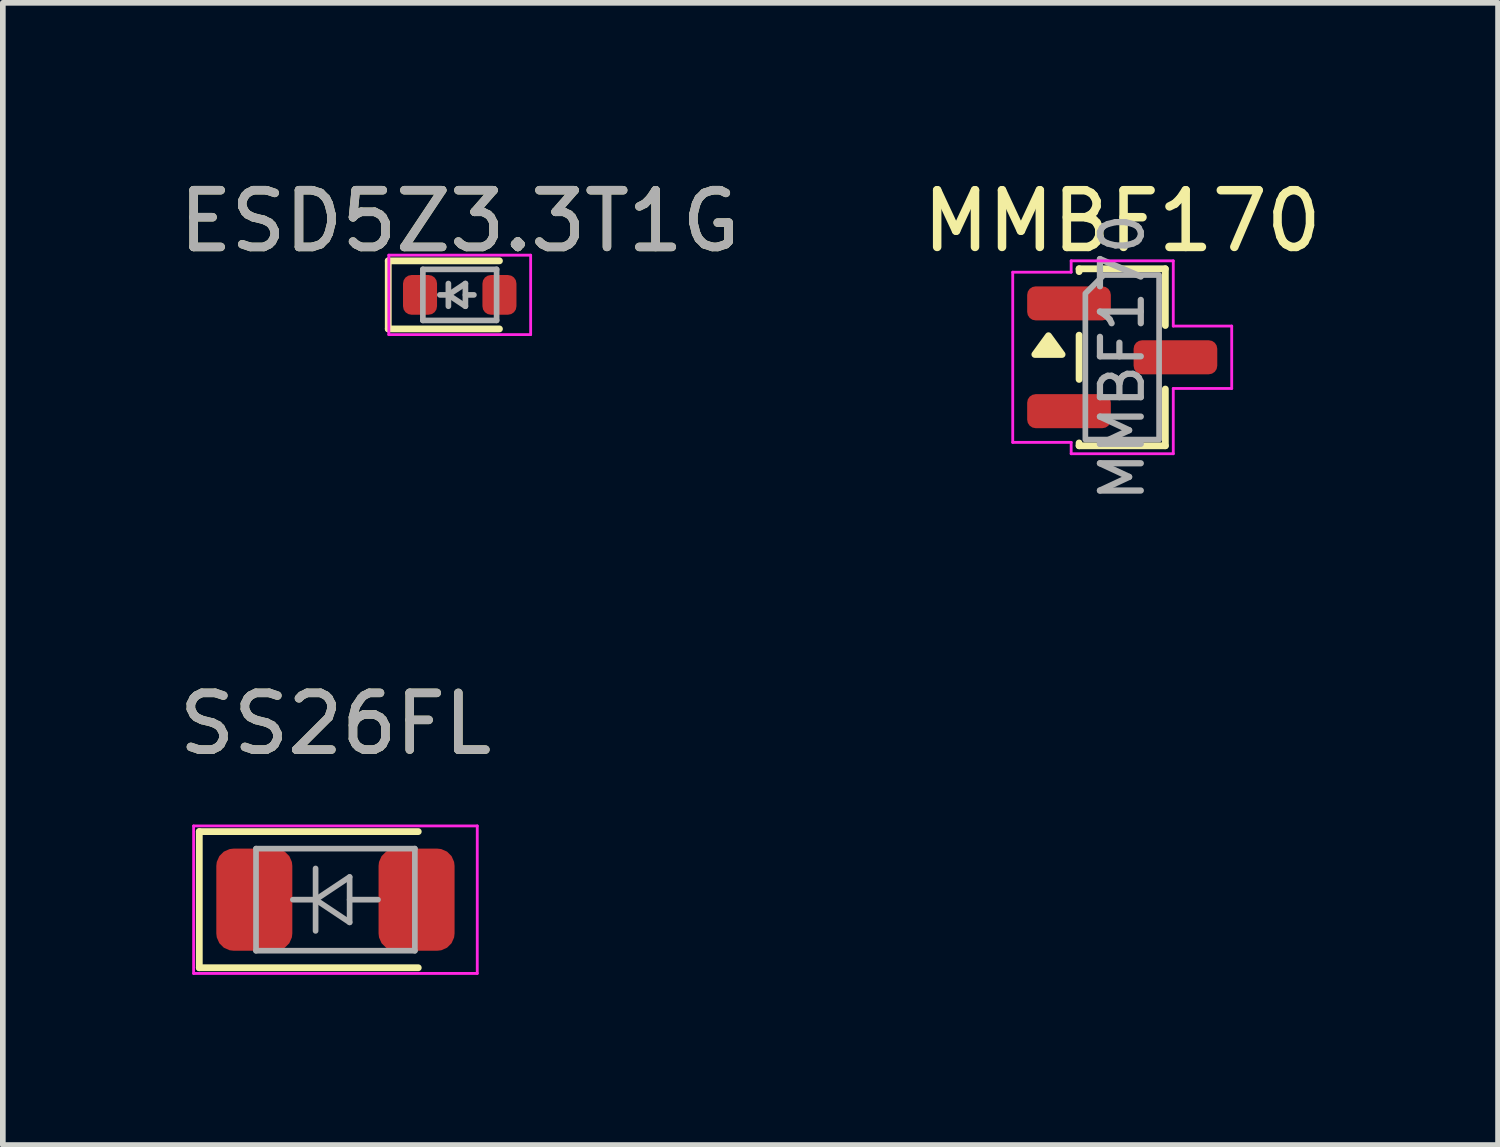
<source format=kicad_pcb>
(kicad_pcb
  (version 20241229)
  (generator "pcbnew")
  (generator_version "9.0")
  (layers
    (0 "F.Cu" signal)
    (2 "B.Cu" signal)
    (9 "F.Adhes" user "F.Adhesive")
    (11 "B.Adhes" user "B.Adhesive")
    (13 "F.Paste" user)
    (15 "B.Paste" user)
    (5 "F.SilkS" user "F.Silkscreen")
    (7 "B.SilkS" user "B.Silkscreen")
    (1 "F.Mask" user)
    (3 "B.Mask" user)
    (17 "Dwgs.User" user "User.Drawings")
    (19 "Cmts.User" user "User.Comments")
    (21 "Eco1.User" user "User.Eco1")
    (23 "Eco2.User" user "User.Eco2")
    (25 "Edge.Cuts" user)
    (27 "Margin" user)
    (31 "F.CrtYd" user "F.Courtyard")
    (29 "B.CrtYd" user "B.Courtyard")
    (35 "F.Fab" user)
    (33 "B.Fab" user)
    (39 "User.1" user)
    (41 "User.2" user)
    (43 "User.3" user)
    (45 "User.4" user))
  (footprint "ESD5Z3.3T1G"
    (layer "F.Cu")
    (at 5.054 2.148)
    (property "Reference" "ESD5Z3.3T1G" (at 0 -1.3 0) (layer "F.SilkS") (effects (font (size 1 1) (thickness 0.15))))
    (attr smd)
    (fp_line (start -1.26 -0.6) (end -1.26 0.6) (stroke (width 0.12) (type solid)) (layer "F.SilkS"))
    (fp_line (start 0.7 -0.6) (end -1.26 -0.6) (stroke (width 0.12) (type solid)) (layer "F.SilkS"))
    (fp_line (start 0.7 0.6) (end -1.26 0.6) (stroke (width 0.12) (type solid)) (layer "F.SilkS"))
    (fp_line (start -1.25 -0.7) (end 1.25 -0.7) (stroke (width 0.05) (type solid)) (layer "F.CrtYd"))
    (fp_line (start -1.25 0.7) (end -1.25 -0.7) (stroke (width 0.05) (type solid)) (layer "F.CrtYd"))
    (fp_line (start 1.25 -0.7) (end 1.25 0.7) (stroke (width 0.05) (type solid)) (layer "F.CrtYd"))
    (fp_line (start 1.25 0.7) (end -1.25 0.7) (stroke (width 0.05) (type solid)) (layer "F.CrtYd"))
    (fp_line (start -0.65 -0.45) (end 0.65 -0.45) (stroke (width 0.1) (type solid)) (layer "F.Fab"))
    (fp_line (start -0.65 0.45) (end -0.65 -0.45) (stroke (width 0.1) (type solid)) (layer "F.Fab"))
    (fp_line (start -0.2 0) (end -0.35 0) (stroke (width 0.1) (type solid)) (layer "F.Fab"))
    (fp_line (start -0.2 0) (end 0.1 0.2) (stroke (width 0.1) (type solid)) (layer "F.Fab"))
    (fp_line (start -0.2 0.2) (end -0.2 -0.2) (stroke (width 0.1) (type solid)) (layer "F.Fab"))
    (fp_line (start 0.1 -0.2) (end -0.2 0) (stroke (width 0.1) (type solid)) (layer "F.Fab"))
    (fp_line (start 0.1 0) (end 0.25 0) (stroke (width 0.1) (type solid)) (layer "F.Fab"))
    (fp_line (start 0.1 0.2) (end 0.1 -0.2) (stroke (width 0.1) (type solid)) (layer "F.Fab"))
    (fp_line (start 0.65 -0.45) (end 0.65 0.45) (stroke (width 0.1) (type solid)) (layer "F.Fab"))
    (fp_line (start 0.65 0.45) (end -0.65 0.45) (stroke (width 0.1) (type solid)) (layer "F.Fab"))
    (fp_text user "${REFERENCE}" (at 0 -1.3 0) (layer "F.Fab") (effects (font (size 1 1) (thickness 0.15))))
    (pad "1" smd roundrect (at -0.7 0 180) (size 0.6 0.7) (layers "F.Cu" "F.Mask" "F.Paste") (roundrect_rratio 0.25))
    (pad "2" smd roundrect (at 0.7 0 180) (size 0.6 0.7) (layers "F.Cu" "F.Mask" "F.Paste") (roundrect_rratio 0.25)))
  (footprint "MMBF170"
    (layer "F.Cu")
    (at 16.732 3.248)
    (property "Reference" "MMBF170" (at 0 -2.4 0) (layer "F.SilkS") (effects (font (size 1 1) (thickness 0.15))))
    (attr smd)
    (fp_line (start -0.76 -1.56) (end 0.76 -1.56) (stroke (width 0.12) (type solid)) (layer "F.SilkS"))
    (fp_line (start -0.76 -1.51) (end -0.76 -1.56) (stroke (width 0.12) (type solid)) (layer "F.SilkS"))
    (fp_line (start -0.76 0.39) (end -0.76 -0.39) (stroke (width 0.12) (type solid)) (layer "F.SilkS"))
    (fp_line (start -0.76 1.56) (end -0.76 1.51) (stroke (width 0.12) (type solid)) (layer "F.SilkS"))
    (fp_line (start 0.76 -1.56) (end 0.76 -0.56) (stroke (width 0.12) (type solid)) (layer "F.SilkS"))
    (fp_line (start 0.76 0.56) (end 0.76 1.56) (stroke (width 0.12) (type solid)) (layer "F.SilkS"))
    (fp_line (start 0.76 1.56) (end -0.76 1.56) (stroke (width 0.12) (type solid)) (layer "F.SilkS"))
    (fp_poly (pts (xy -1.3 -0.38) (xy -1.06 -0.05) (xy -1.54 -0.05)) (stroke (width 0.12) (type solid)) (fill yes) (layer "F.SilkS"))
    (fp_line (start -1.93 -1.5) (end -0.9 -1.5) (stroke (width 0.05) (type solid)) (layer "F.CrtYd"))
    (fp_line (start -1.93 1.5) (end -1.93 -1.5) (stroke (width 0.05) (type solid)) (layer "F.CrtYd"))
    (fp_line (start -0.9 -1.7) (end 0.9 -1.7) (stroke (width 0.05) (type solid)) (layer "F.CrtYd"))
    (fp_line (start -0.9 -1.5) (end -0.9 -1.7) (stroke (width 0.05) (type solid)) (layer "F.CrtYd"))
    (fp_line (start -0.9 1.5) (end -1.93 1.5) (stroke (width 0.05) (type solid)) (layer "F.CrtYd"))
    (fp_line (start -0.9 1.7) (end -0.9 1.5) (stroke (width 0.05) (type solid)) (layer "F.CrtYd"))
    (fp_line (start 0.9 -1.7) (end 0.9 -0.55) (stroke (width 0.05) (type solid)) (layer "F.CrtYd"))
    (fp_line (start 0.9 -0.55) (end 1.93 -0.55) (stroke (width 0.05) (type solid)) (layer "F.CrtYd"))
    (fp_line (start 0.9 0.55) (end 0.9 1.7) (stroke (width 0.05) (type solid)) (layer "F.CrtYd"))
    (fp_line (start 0.9 1.7) (end -0.9 1.7) (stroke (width 0.05) (type solid)) (layer "F.CrtYd"))
    (fp_line (start 1.93 -0.55) (end 1.93 0.55) (stroke (width 0.05) (type solid)) (layer "F.CrtYd"))
    (fp_line (start 1.93 0.55) (end 0.9 0.55) (stroke (width 0.05) (type solid)) (layer "F.CrtYd"))
    (fp_poly (pts (xy -0.65 -1.125) (xy -0.65 1.45) (xy 0.65 1.45) (xy 0.65 -1.45) (xy -0.325 -1.45)) (stroke (width 0.1) (type solid)) (fill no) (layer "F.Fab"))
    (fp_text user "${REFERENCE}" (at 0 0 90) (layer "F.Fab") (effects (font (size 0.72 0.72) (thickness 0.11))))
    (pad "1" smd roundrect (at -0.938 -0.95) (size 1.475 0.6) (layers "F.Cu" "F.Mask" "F.Paste") (roundrect_rratio 0.25))
    (pad "2" smd roundrect (at -0.938 0.95) (size 1.475 0.6) (layers "F.Cu" "F.Mask" "F.Paste") (roundrect_rratio 0.25))
    (pad "3" smd roundrect (at 0.938 0) (size 1.475 0.6) (layers "F.Cu" "F.Mask" "F.Paste") (roundrect_rratio 0.25)))
  (footprint "SS26FL"
    (layer "F.Cu")
    (at 2.863 12.809)
    (property "Reference" "SS26FL" (at 0 -3.1 0) (layer "F.SilkS") (effects (font (size 1 1) (thickness 0.15))))
    (attr smd)
    (fp_line (start -2.4 -1.2) (end -2.4 1.2) (stroke (width 0.12) (type solid)) (layer "F.SilkS"))
    (fp_line (start -2.4 -1.2) (end 1.46 -1.2) (stroke (width 0.12) (type solid)) (layer "F.SilkS"))
    (fp_line (start -2.4 1.2) (end 1.46 1.2) (stroke (width 0.12) (type solid)) (layer "F.SilkS"))
    (fp_line (start -2.5 -1.3) (end -2.5 1.3) (stroke (width 0.05) (type solid)) (layer "F.CrtYd"))
    (fp_line (start -2.5 -1.3) (end 2.5 -1.3) (stroke (width 0.05) (type solid)) (layer "F.CrtYd"))
    (fp_line (start 2.5 -1.3) (end 2.5 1.3) (stroke (width 0.05) (type solid)) (layer "F.CrtYd"))
    (fp_line (start 2.5 1.3) (end -2.5 1.3) (stroke (width 0.05) (type solid)) (layer "F.CrtYd"))
    (fp_line (start -1.4 -0.9) (end 1.4 -0.9) (stroke (width 0.1) (type solid)) (layer "F.Fab"))
    (fp_line (start -1.4 0.9) (end -1.4 -0.9) (stroke (width 0.1) (type solid)) (layer "F.Fab"))
    (fp_line (start -0.75 0) (end -0.35 0) (stroke (width 0.1) (type solid)) (layer "F.Fab"))
    (fp_line (start -0.35 0) (end -0.35 -0.55) (stroke (width 0.1) (type solid)) (layer "F.Fab"))
    (fp_line (start -0.35 0) (end -0.35 0.55) (stroke (width 0.1) (type solid)) (layer "F.Fab"))
    (fp_line (start -0.35 0) (end 0.25 -0.4) (stroke (width 0.1) (type solid)) (layer "F.Fab"))
    (fp_line (start 0.25 -0.4) (end 0.25 0.4) (stroke (width 0.1) (type solid)) (layer "F.Fab"))
    (fp_line (start 0.25 0) (end 0.75 0) (stroke (width 0.1) (type solid)) (layer "F.Fab"))
    (fp_line (start 0.25 0.4) (end -0.35 0) (stroke (width 0.1) (type solid)) (layer "F.Fab"))
    (fp_line (start 1.4 -0.9) (end 1.4 0.9) (stroke (width 0.1) (type solid)) (layer "F.Fab"))
    (fp_line (start 1.4 0.9) (end -1.4 0.9) (stroke (width 0.1) (type solid)) (layer "F.Fab"))
    (fp_text user "${REFERENCE}" (at 0 -3.1 0) (layer "F.Fab") (effects (font (size 1 1) (thickness 0.15))))
    (pad "1" smd roundrect (at -1.43 0) (size 1.34 1.8) (layers "F.Cu" "F.Mask" "F.Paste") (roundrect_rratio 0.227))
    (pad "2" smd roundrect (at 1.43 0) (size 1.34 1.8) (layers "F.Cu" "F.Mask" "F.Paste") (roundrect_rratio 0.227)))
  (gr_rect
    (start -3 -3)
    (end 23.357 17.134)
    (stroke (width 0.1) (type default))
    (fill no)
    (layer "Edge.Cuts")))
</source>
